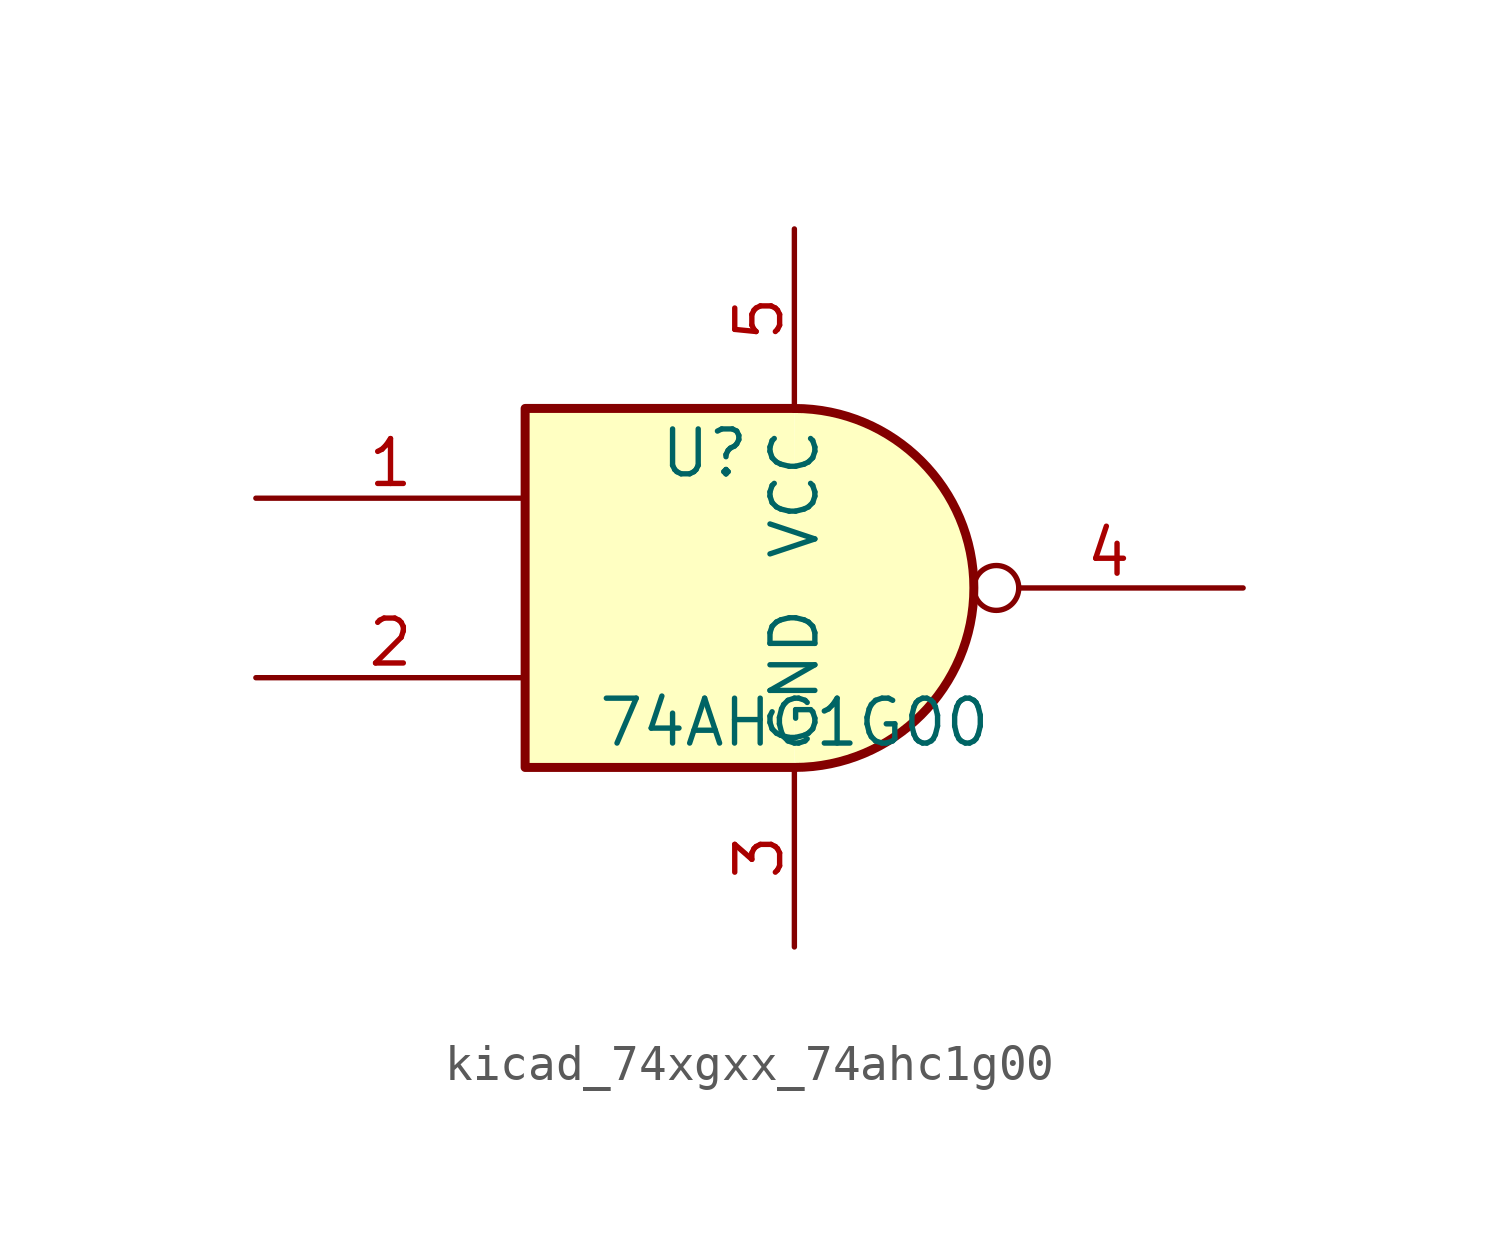
<source format=kicad_sym>
(kicad_symbol_lib
  (version 20220914)
  (generator kicad_symbol_editor)
  (symbol "kicad_74xgxx_74ahc1g00"
    (property "Reference" "U"
      (at -2.54 3.81 0)
      (effects (font (size 1.27 1.27))))
    (property "Value" "74AHC1G00"
      (at 0 -3.81 0)
      (effects (font (size 1.27 1.27))))
    (symbol "kicad_74xgxx_74ahc1g00_0_1"
      (arc (start 0 -5.08) (mid 5.0579 0) (end 0 5.08) (stroke (width 0.254) (type default)) (fill (type background)))
      (polyline (pts (xy 0 -5.08) (xy -7.62 -5.08) (xy -7.62 5.08) (xy 0 5.08)) (stroke (width 0.254) (type default)) (fill (type background))))
    (symbol "kicad_74xgxx_74ahc1g00_1_1"
      (pin input line (at -15.24 2.54 0) (length 7.62) (name "~" (effects (font (size 1.27 1.27)))) (number "1" (effects (font (size 1.27 1.27)))))
      (pin input line (at -15.24 -2.54 0) (length 7.62) (name "~" (effects (font (size 1.27 1.27)))) (number "2" (effects (font (size 1.27 1.27)))))
      (pin power_in line (at 0 -10.16 90) (length 5.08) (name "GND" (effects (font (size 1.27 1.27)))) (number "3" (effects (font (size 1.27 1.27)))))
      (pin output inverted (at 12.7 0 180) (length 7.62) (name "~" (effects (font (size 1.27 1.27)))) (number "4" (effects (font (size 1.27 1.27)))))
      (pin power_in line (at 0 10.16 270) (length 5.08) (name "VCC" (effects (font (size 1.27 1.27)))) (number "5" (effects (font (size 1.27 1.27))))))))
</source>
